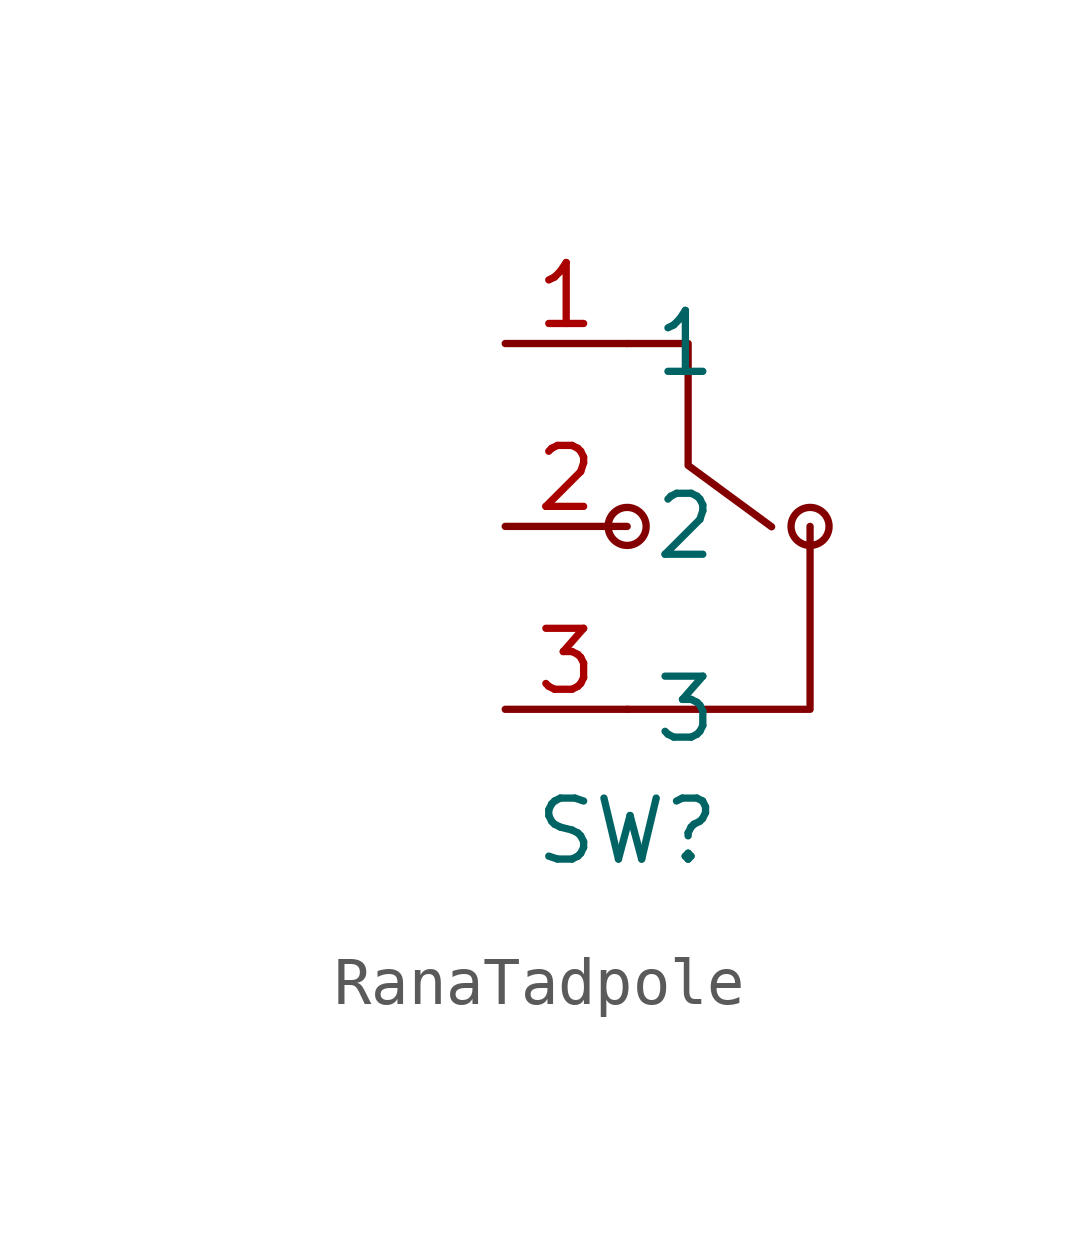
<source format=kicad_sym>
(kicad_symbol_lib
  (version 20220914)
  (generator kicad_symbol_editor)
  (symbol "RanaTadpole"
    (property "Reference" "SW"
      (at 0 -6.35 0)
      (effects (font (size 1.27 1.27))))
    (property "Value" ""
      (at -7.62 -1.27 0)
      (effects (font (size 1.27 1.27))))
    (symbol "RanaTadpole_0_1"
      (polyline (pts (xy 0 -3.81) (xy 3.81 -3.81) (xy 3.81 0)) (stroke (width 0) (type default)) (fill (type none)))
      (polyline (pts (xy 0 3.81) (xy 1.27 3.81) (xy 1.27 1.27) (xy 3.009 -0.008)) (stroke (width 0) (type default)) (fill (type none)))
      (circle (center 0 0) (radius 0.396) (stroke (width 0) (type default)) (fill (type none)))
      (circle (center 3.81 0) (radius 0.396) (stroke (width 0) (type default)) (fill (type none))))
    (symbol "RanaTadpole_1_1"
      (pin passive line (at -2.54 3.81 0) (length 2.54) (name "1" (effects (font (size 1.27 1.27)))) (number "1" (effects (font (size 1.27 1.27)))))
      (pin passive line (at -2.54 0 0) (length 2.54) (name "2" (effects (font (size 1.27 1.27)))) (number "2" (effects (font (size 1.27 1.27)))))
      (pin passive line (at -2.54 -3.81 0) (length 2.54) (name "3" (effects (font (size 1.27 1.27)))) (number "3" (effects (font (size 1.27 1.27))))))))
</source>
